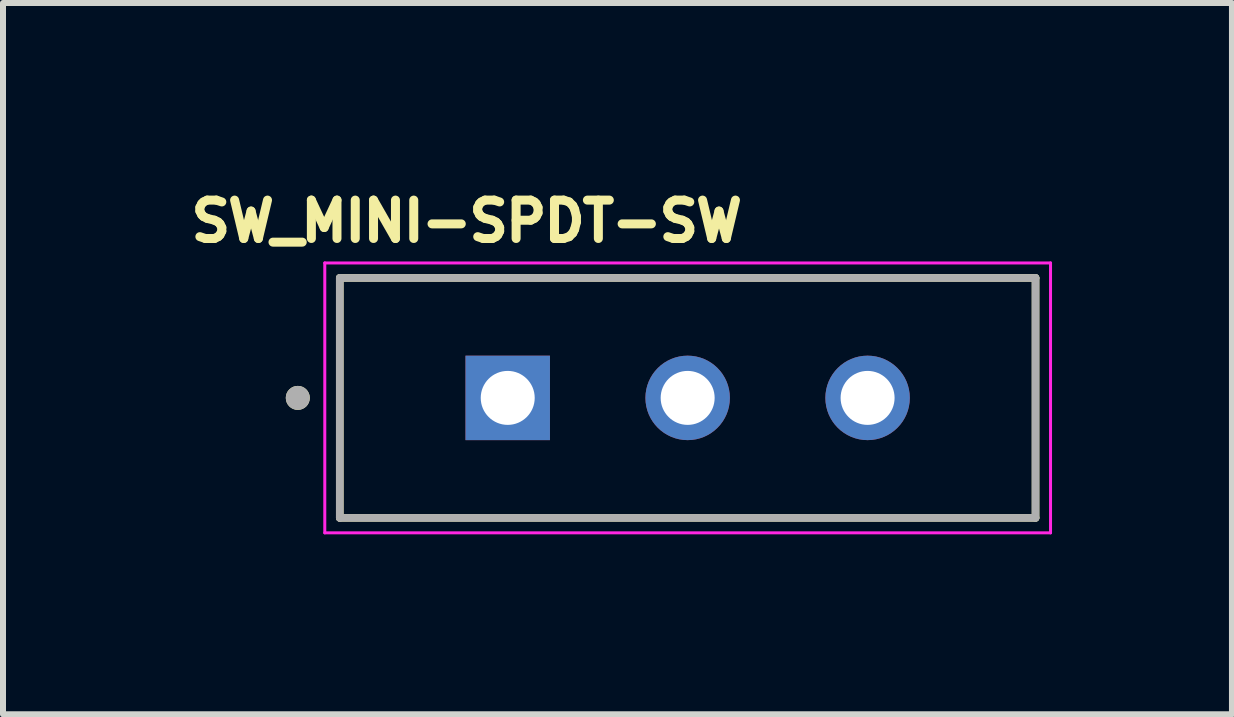
<source format=kicad_pcb>
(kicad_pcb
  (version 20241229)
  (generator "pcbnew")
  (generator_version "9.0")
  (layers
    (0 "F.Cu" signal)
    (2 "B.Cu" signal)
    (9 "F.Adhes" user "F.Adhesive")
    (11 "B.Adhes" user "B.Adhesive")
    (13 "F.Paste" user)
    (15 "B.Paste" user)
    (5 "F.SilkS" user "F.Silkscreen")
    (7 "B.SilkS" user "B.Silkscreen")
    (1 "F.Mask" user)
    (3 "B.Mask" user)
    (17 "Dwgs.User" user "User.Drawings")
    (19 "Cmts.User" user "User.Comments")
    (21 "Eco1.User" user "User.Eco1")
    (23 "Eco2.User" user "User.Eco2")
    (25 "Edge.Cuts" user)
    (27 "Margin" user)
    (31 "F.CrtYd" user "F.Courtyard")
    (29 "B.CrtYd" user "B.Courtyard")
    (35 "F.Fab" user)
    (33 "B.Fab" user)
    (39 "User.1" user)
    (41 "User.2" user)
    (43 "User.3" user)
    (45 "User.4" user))
  (footprint "SW_MINI-SPDT-SW"
    (layer "F.Cu")
    (at 8.415 3.584)
    (property "Reference" "SW_MINI-SPDT-SW" (at -3.683 -2.946 0) (layer "F.SilkS") (effects (font (size 0.64 0.64) (thickness 0.15))))
    (attr through_hole)
    (fp_line (start -5.8 -2) (end -5.8 2) (stroke (width 0.127) (type solid)) (layer "F.SilkS"))
    (fp_line (start -5.8 2) (end 5.8 2) (stroke (width 0.127) (type solid)) (layer "F.SilkS"))
    (fp_line (start 5.8 -2) (end -5.8 -2) (stroke (width 0.127) (type solid)) (layer "F.SilkS"))
    (fp_line (start 5.8 2) (end 5.8 -2) (stroke (width 0.127) (type solid)) (layer "F.SilkS"))
    (fp_circle (center -6.5 0) (end -6.4 0) (stroke (width 0.2) (type solid)) (fill no) (layer "F.SilkS"))
    (fp_line (start -6.05 -2.25) (end -6.05 2.25) (stroke (width 0.05) (type solid)) (layer "F.CrtYd"))
    (fp_line (start -6.05 2.25) (end 6.05 2.25) (stroke (width 0.05) (type solid)) (layer "F.CrtYd"))
    (fp_line (start 6.05 -2.25) (end -6.05 -2.25) (stroke (width 0.05) (type solid)) (layer "F.CrtYd"))
    (fp_line (start 6.05 2.25) (end 6.05 -2.25) (stroke (width 0.05) (type solid)) (layer "F.CrtYd"))
    (fp_line (start -5.8 -2) (end -5.8 2) (stroke (width 0.127) (type solid)) (layer "F.Fab"))
    (fp_line (start -5.8 2) (end 5.8 2) (stroke (width 0.127) (type solid)) (layer "F.Fab"))
    (fp_line (start 5.8 -2) (end -5.8 -2) (stroke (width 0.127) (type solid)) (layer "F.Fab"))
    (fp_line (start 5.8 2) (end 5.8 -2) (stroke (width 0.127) (type solid)) (layer "F.Fab"))
    (fp_circle (center -6.5 0) (end -6.4 0) (stroke (width 0.2) (type solid)) (fill no) (layer "F.Fab"))
    (pad "1" thru_hole rect (at -3 0) (size 1.408 1.408) (drill 0.9) (layers "*.Cu" "*.Mask"))
    (pad "2" thru_hole circle (at 0 0) (size 1.408 1.408) (drill 0.9) (layers "*.Cu" "*.Mask"))
    (pad "3" thru_hole circle (at 3 0) (size 1.408 1.408) (drill 0.9) (layers "*.Cu" "*.Mask")))
  (gr_rect
    (start -3 -3)
    (end 17.49 8.859)
    (stroke (width 0.1) (type default))
    (fill no)
    (layer "Edge.Cuts")))
</source>
